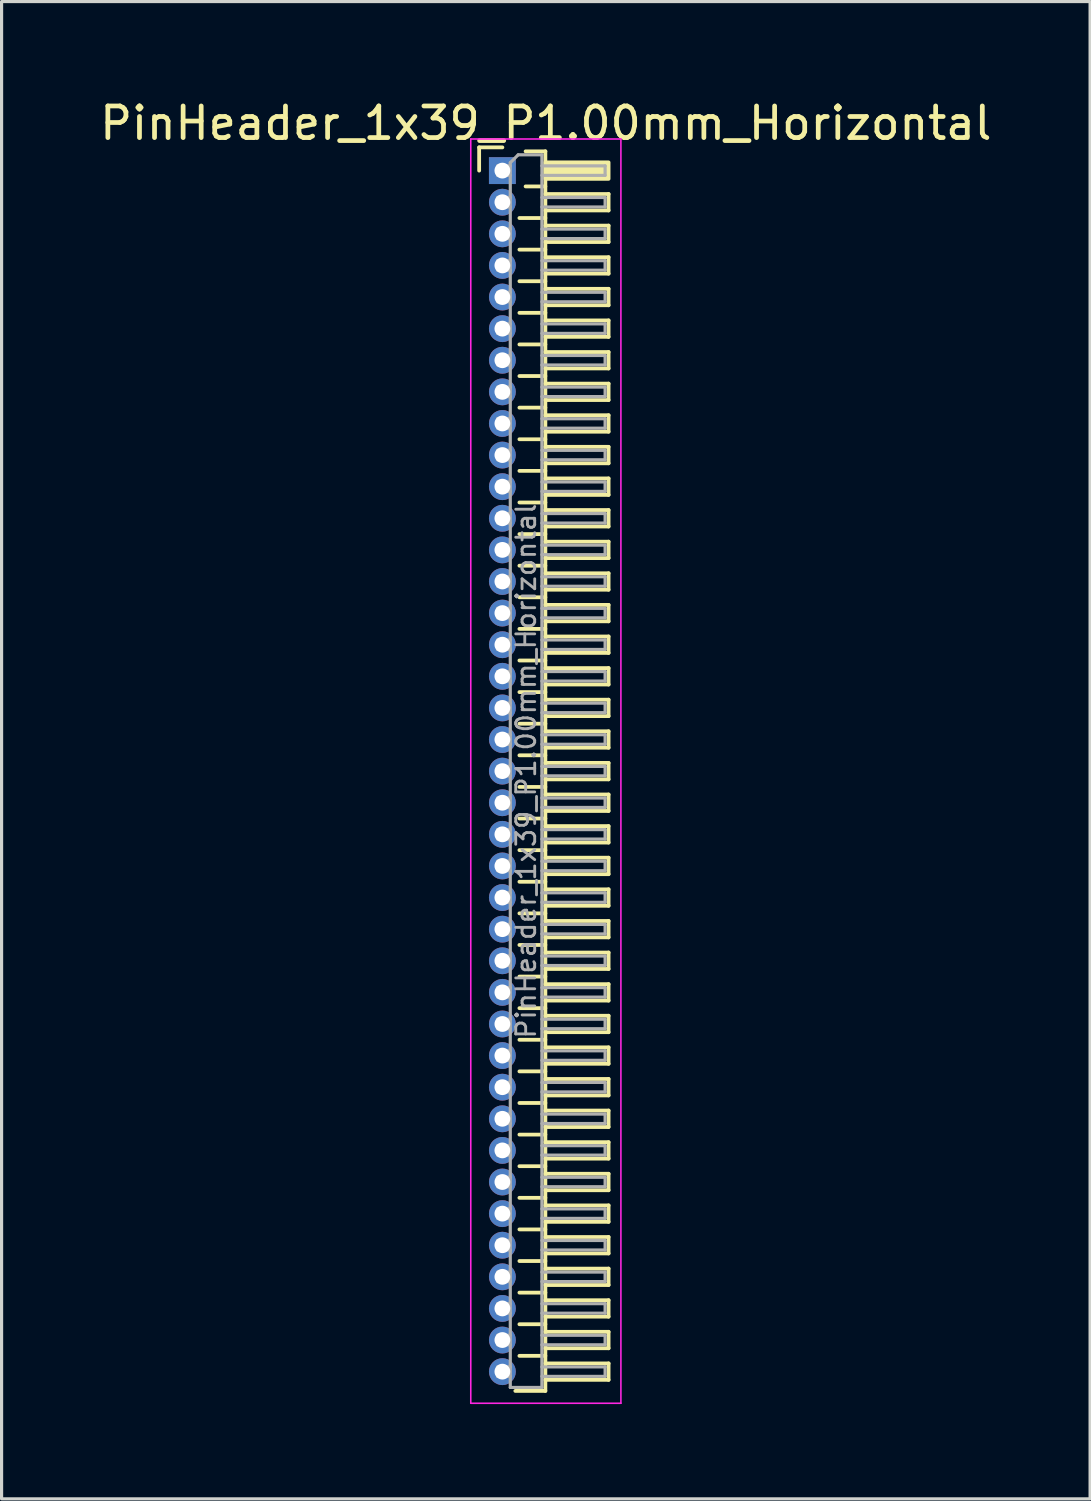
<source format=kicad_pcb>
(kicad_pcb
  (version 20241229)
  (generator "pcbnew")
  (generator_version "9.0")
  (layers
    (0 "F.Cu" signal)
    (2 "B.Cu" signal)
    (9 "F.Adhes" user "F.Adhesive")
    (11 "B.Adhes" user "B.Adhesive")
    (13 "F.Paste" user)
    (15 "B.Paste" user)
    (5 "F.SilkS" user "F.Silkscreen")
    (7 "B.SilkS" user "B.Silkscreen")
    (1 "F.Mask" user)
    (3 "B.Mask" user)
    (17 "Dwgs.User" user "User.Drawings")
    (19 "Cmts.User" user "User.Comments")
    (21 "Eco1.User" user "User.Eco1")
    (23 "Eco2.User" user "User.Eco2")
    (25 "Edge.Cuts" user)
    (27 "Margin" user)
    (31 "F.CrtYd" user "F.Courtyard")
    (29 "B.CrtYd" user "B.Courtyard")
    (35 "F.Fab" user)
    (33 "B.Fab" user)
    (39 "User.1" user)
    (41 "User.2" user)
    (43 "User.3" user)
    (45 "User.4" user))
  (footprint "PinHeader_1x39_P1.00mm_Horizontal"
    (layer "F.Cu")
    (at 12.845 2.348)
    (property "Reference" "PinHeader_1x39_P1.00mm_Horizontal" (at 1.375 -1.5 0) (layer "F.SilkS") (effects (font (size 1 1) (thickness 0.15))))
    (attr through_hole)
    (fp_line (start -0.735 -0.735) (end 0 -0.735) (stroke (width 0.12) (type solid)) (layer "F.SilkS"))
    (fp_line (start -0.735 0) (end -0.735 -0.735) (stroke (width 0.12) (type solid)) (layer "F.SilkS"))
    (fp_line (start 0.539 1.5) (end 1.36 1.5) (stroke (width 0.12) (type solid)) (layer "F.SilkS"))
    (fp_line (start 0.539 2.5) (end 1.36 2.5) (stroke (width 0.12) (type solid)) (layer "F.SilkS"))
    (fp_line (start 0.539 3.5) (end 1.36 3.5) (stroke (width 0.12) (type solid)) (layer "F.SilkS"))
    (fp_line (start 0.539 4.5) (end 1.36 4.5) (stroke (width 0.12) (type solid)) (layer "F.SilkS"))
    (fp_line (start 0.539 5.5) (end 1.36 5.5) (stroke (width 0.12) (type solid)) (layer "F.SilkS"))
    (fp_line (start 0.539 6.5) (end 1.36 6.5) (stroke (width 0.12) (type solid)) (layer "F.SilkS"))
    (fp_line (start 0.539 7.5) (end 1.36 7.5) (stroke (width 0.12) (type solid)) (layer "F.SilkS"))
    (fp_line (start 0.539 8.5) (end 1.36 8.5) (stroke (width 0.12) (type solid)) (layer "F.SilkS"))
    (fp_line (start 0.539 9.5) (end 1.36 9.5) (stroke (width 0.12) (type solid)) (layer "F.SilkS"))
    (fp_line (start 0.539 10.5) (end 1.36 10.5) (stroke (width 0.12) (type solid)) (layer "F.SilkS"))
    (fp_line (start 0.539 11.5) (end 1.36 11.5) (stroke (width 0.12) (type solid)) (layer "F.SilkS"))
    (fp_line (start 0.539 12.5) (end 1.36 12.5) (stroke (width 0.12) (type solid)) (layer "F.SilkS"))
    (fp_line (start 0.539 13.5) (end 1.36 13.5) (stroke (width 0.12) (type solid)) (layer "F.SilkS"))
    (fp_line (start 0.539 14.5) (end 1.36 14.5) (stroke (width 0.12) (type solid)) (layer "F.SilkS"))
    (fp_line (start 0.539 15.5) (end 1.36 15.5) (stroke (width 0.12) (type solid)) (layer "F.SilkS"))
    (fp_line (start 0.539 16.5) (end 1.36 16.5) (stroke (width 0.12) (type solid)) (layer "F.SilkS"))
    (fp_line (start 0.539 17.5) (end 1.36 17.5) (stroke (width 0.12) (type solid)) (layer "F.SilkS"))
    (fp_line (start 0.539 18.5) (end 1.36 18.5) (stroke (width 0.12) (type solid)) (layer "F.SilkS"))
    (fp_line (start 0.539 19.5) (end 1.36 19.5) (stroke (width 0.12) (type solid)) (layer "F.SilkS"))
    (fp_line (start 0.539 20.5) (end 1.36 20.5) (stroke (width 0.12) (type solid)) (layer "F.SilkS"))
    (fp_line (start 0.539 21.5) (end 1.36 21.5) (stroke (width 0.12) (type solid)) (layer "F.SilkS"))
    (fp_line (start 0.539 22.5) (end 1.36 22.5) (stroke (width 0.12) (type solid)) (layer "F.SilkS"))
    (fp_line (start 0.539 23.5) (end 1.36 23.5) (stroke (width 0.12) (type solid)) (layer "F.SilkS"))
    (fp_line (start 0.539 24.5) (end 1.36 24.5) (stroke (width 0.12) (type solid)) (layer "F.SilkS"))
    (fp_line (start 0.539 25.5) (end 1.36 25.5) (stroke (width 0.12) (type solid)) (layer "F.SilkS"))
    (fp_line (start 0.539 26.5) (end 1.36 26.5) (stroke (width 0.12) (type solid)) (layer "F.SilkS"))
    (fp_line (start 0.539 27.5) (end 1.36 27.5) (stroke (width 0.12) (type solid)) (layer "F.SilkS"))
    (fp_line (start 0.539 28.5) (end 1.36 28.5) (stroke (width 0.12) (type solid)) (layer "F.SilkS"))
    (fp_line (start 0.539 29.5) (end 1.36 29.5) (stroke (width 0.12) (type solid)) (layer "F.SilkS"))
    (fp_line (start 0.539 30.5) (end 1.36 30.5) (stroke (width 0.12) (type solid)) (layer "F.SilkS"))
    (fp_line (start 0.539 31.5) (end 1.36 31.5) (stroke (width 0.12) (type solid)) (layer "F.SilkS"))
    (fp_line (start 0.539 32.5) (end 1.36 32.5) (stroke (width 0.12) (type solid)) (layer "F.SilkS"))
    (fp_line (start 0.539 33.5) (end 1.36 33.5) (stroke (width 0.12) (type solid)) (layer "F.SilkS"))
    (fp_line (start 0.539 34.5) (end 1.36 34.5) (stroke (width 0.12) (type solid)) (layer "F.SilkS"))
    (fp_line (start 0.539 35.5) (end 1.36 35.5) (stroke (width 0.12) (type solid)) (layer "F.SilkS"))
    (fp_line (start 0.539 36.5) (end 1.36 36.5) (stroke (width 0.12) (type solid)) (layer "F.SilkS"))
    (fp_line (start 0.539 37.5) (end 1.36 37.5) (stroke (width 0.12) (type solid)) (layer "F.SilkS"))
    (fp_line (start 0.735 -0.61) (end 1.36 -0.61) (stroke (width 0.12) (type solid)) (layer "F.SilkS"))
    (fp_line (start 0.735 0.5) (end 1.36 0.5) (stroke (width 0.12) (type solid)) (layer "F.SilkS"))
    (fp_line (start 1.36 -0.61) (end 1.36 38.61) (stroke (width 0.12) (type solid)) (layer "F.SilkS"))
    (fp_line (start 1.36 0.74) (end 3.36 0.74) (stroke (width 0.12) (type solid)) (layer "F.SilkS"))
    (fp_line (start 1.36 1.74) (end 3.36 1.74) (stroke (width 0.12) (type solid)) (layer "F.SilkS"))
    (fp_line (start 1.36 2.74) (end 3.36 2.74) (stroke (width 0.12) (type solid)) (layer "F.SilkS"))
    (fp_line (start 1.36 3.74) (end 3.36 3.74) (stroke (width 0.12) (type solid)) (layer "F.SilkS"))
    (fp_line (start 1.36 4.74) (end 3.36 4.74) (stroke (width 0.12) (type solid)) (layer "F.SilkS"))
    (fp_line (start 1.36 5.74) (end 3.36 5.74) (stroke (width 0.12) (type solid)) (layer "F.SilkS"))
    (fp_line (start 1.36 6.74) (end 3.36 6.74) (stroke (width 0.12) (type solid)) (layer "F.SilkS"))
    (fp_line (start 1.36 7.74) (end 3.36 7.74) (stroke (width 0.12) (type solid)) (layer "F.SilkS"))
    (fp_line (start 1.36 8.74) (end 3.36 8.74) (stroke (width 0.12) (type solid)) (layer "F.SilkS"))
    (fp_line (start 1.36 9.74) (end 3.36 9.74) (stroke (width 0.12) (type solid)) (layer "F.SilkS"))
    (fp_line (start 1.36 10.74) (end 3.36 10.74) (stroke (width 0.12) (type solid)) (layer "F.SilkS"))
    (fp_line (start 1.36 11.74) (end 3.36 11.74) (stroke (width 0.12) (type solid)) (layer "F.SilkS"))
    (fp_line (start 1.36 12.74) (end 3.36 12.74) (stroke (width 0.12) (type solid)) (layer "F.SilkS"))
    (fp_line (start 1.36 13.74) (end 3.36 13.74) (stroke (width 0.12) (type solid)) (layer "F.SilkS"))
    (fp_line (start 1.36 14.74) (end 3.36 14.74) (stroke (width 0.12) (type solid)) (layer "F.SilkS"))
    (fp_line (start 1.36 15.74) (end 3.36 15.74) (stroke (width 0.12) (type solid)) (layer "F.SilkS"))
    (fp_line (start 1.36 16.74) (end 3.36 16.74) (stroke (width 0.12) (type solid)) (layer "F.SilkS"))
    (fp_line (start 1.36 17.74) (end 3.36 17.74) (stroke (width 0.12) (type solid)) (layer "F.SilkS"))
    (fp_line (start 1.36 18.74) (end 3.36 18.74) (stroke (width 0.12) (type solid)) (layer "F.SilkS"))
    (fp_line (start 1.36 19.74) (end 3.36 19.74) (stroke (width 0.12) (type solid)) (layer "F.SilkS"))
    (fp_line (start 1.36 20.74) (end 3.36 20.74) (stroke (width 0.12) (type solid)) (layer "F.SilkS"))
    (fp_line (start 1.36 21.74) (end 3.36 21.74) (stroke (width 0.12) (type solid)) (layer "F.SilkS"))
    (fp_line (start 1.36 22.74) (end 3.36 22.74) (stroke (width 0.12) (type solid)) (layer "F.SilkS"))
    (fp_line (start 1.36 23.74) (end 3.36 23.74) (stroke (width 0.12) (type solid)) (layer "F.SilkS"))
    (fp_line (start 1.36 24.74) (end 3.36 24.74) (stroke (width 0.12) (type solid)) (layer "F.SilkS"))
    (fp_line (start 1.36 25.74) (end 3.36 25.74) (stroke (width 0.12) (type solid)) (layer "F.SilkS"))
    (fp_line (start 1.36 26.74) (end 3.36 26.74) (stroke (width 0.12) (type solid)) (layer "F.SilkS"))
    (fp_line (start 1.36 27.74) (end 3.36 27.74) (stroke (width 0.12) (type solid)) (layer "F.SilkS"))
    (fp_line (start 1.36 28.74) (end 3.36 28.74) (stroke (width 0.12) (type solid)) (layer "F.SilkS"))
    (fp_line (start 1.36 29.74) (end 3.36 29.74) (stroke (width 0.12) (type solid)) (layer "F.SilkS"))
    (fp_line (start 1.36 30.74) (end 3.36 30.74) (stroke (width 0.12) (type solid)) (layer "F.SilkS"))
    (fp_line (start 1.36 31.74) (end 3.36 31.74) (stroke (width 0.12) (type solid)) (layer "F.SilkS"))
    (fp_line (start 1.36 32.74) (end 3.36 32.74) (stroke (width 0.12) (type solid)) (layer "F.SilkS"))
    (fp_line (start 1.36 33.74) (end 3.36 33.74) (stroke (width 0.12) (type solid)) (layer "F.SilkS"))
    (fp_line (start 1.36 34.74) (end 3.36 34.74) (stroke (width 0.12) (type solid)) (layer "F.SilkS"))
    (fp_line (start 1.36 35.74) (end 3.36 35.74) (stroke (width 0.12) (type solid)) (layer "F.SilkS"))
    (fp_line (start 1.36 36.74) (end 3.36 36.74) (stroke (width 0.12) (type solid)) (layer "F.SilkS"))
    (fp_line (start 1.36 37.74) (end 3.36 37.74) (stroke (width 0.12) (type solid)) (layer "F.SilkS"))
    (fp_line (start 1.36 38.61) (end 0.41 38.61) (stroke (width 0.12) (type solid)) (layer "F.SilkS"))
    (fp_line (start 3.36 0.74) (end 3.36 1.26) (stroke (width 0.12) (type solid)) (layer "F.SilkS"))
    (fp_line (start 3.36 1.26) (end 1.36 1.26) (stroke (width 0.12) (type solid)) (layer "F.SilkS"))
    (fp_line (start 3.36 1.74) (end 3.36 2.26) (stroke (width 0.12) (type solid)) (layer "F.SilkS"))
    (fp_line (start 3.36 2.26) (end 1.36 2.26) (stroke (width 0.12) (type solid)) (layer "F.SilkS"))
    (fp_line (start 3.36 2.74) (end 3.36 3.26) (stroke (width 0.12) (type solid)) (layer "F.SilkS"))
    (fp_line (start 3.36 3.26) (end 1.36 3.26) (stroke (width 0.12) (type solid)) (layer "F.SilkS"))
    (fp_line (start 3.36 3.74) (end 3.36 4.26) (stroke (width 0.12) (type solid)) (layer "F.SilkS"))
    (fp_line (start 3.36 4.26) (end 1.36 4.26) (stroke (width 0.12) (type solid)) (layer "F.SilkS"))
    (fp_line (start 3.36 4.74) (end 3.36 5.26) (stroke (width 0.12) (type solid)) (layer "F.SilkS"))
    (fp_line (start 3.36 5.26) (end 1.36 5.26) (stroke (width 0.12) (type solid)) (layer "F.SilkS"))
    (fp_line (start 3.36 5.74) (end 3.36 6.26) (stroke (width 0.12) (type solid)) (layer "F.SilkS"))
    (fp_line (start 3.36 6.26) (end 1.36 6.26) (stroke (width 0.12) (type solid)) (layer "F.SilkS"))
    (fp_line (start 3.36 6.74) (end 3.36 7.26) (stroke (width 0.12) (type solid)) (layer "F.SilkS"))
    (fp_line (start 3.36 7.26) (end 1.36 7.26) (stroke (width 0.12) (type solid)) (layer "F.SilkS"))
    (fp_line (start 3.36 7.74) (end 3.36 8.26) (stroke (width 0.12) (type solid)) (layer "F.SilkS"))
    (fp_line (start 3.36 8.26) (end 1.36 8.26) (stroke (width 0.12) (type solid)) (layer "F.SilkS"))
    (fp_line (start 3.36 8.74) (end 3.36 9.26) (stroke (width 0.12) (type solid)) (layer "F.SilkS"))
    (fp_line (start 3.36 9.26) (end 1.36 9.26) (stroke (width 0.12) (type solid)) (layer "F.SilkS"))
    (fp_line (start 3.36 9.74) (end 3.36 10.26) (stroke (width 0.12) (type solid)) (layer "F.SilkS"))
    (fp_line (start 3.36 10.26) (end 1.36 10.26) (stroke (width 0.12) (type solid)) (layer "F.SilkS"))
    (fp_line (start 3.36 10.74) (end 3.36 11.26) (stroke (width 0.12) (type solid)) (layer "F.SilkS"))
    (fp_line (start 3.36 11.26) (end 1.36 11.26) (stroke (width 0.12) (type solid)) (layer "F.SilkS"))
    (fp_line (start 3.36 11.74) (end 3.36 12.26) (stroke (width 0.12) (type solid)) (layer "F.SilkS"))
    (fp_line (start 3.36 12.26) (end 1.36 12.26) (stroke (width 0.12) (type solid)) (layer "F.SilkS"))
    (fp_line (start 3.36 12.74) (end 3.36 13.26) (stroke (width 0.12) (type solid)) (layer "F.SilkS"))
    (fp_line (start 3.36 13.26) (end 1.36 13.26) (stroke (width 0.12) (type solid)) (layer "F.SilkS"))
    (fp_line (start 3.36 13.74) (end 3.36 14.26) (stroke (width 0.12) (type solid)) (layer "F.SilkS"))
    (fp_line (start 3.36 14.26) (end 1.36 14.26) (stroke (width 0.12) (type solid)) (layer "F.SilkS"))
    (fp_line (start 3.36 14.74) (end 3.36 15.26) (stroke (width 0.12) (type solid)) (layer "F.SilkS"))
    (fp_line (start 3.36 15.26) (end 1.36 15.26) (stroke (width 0.12) (type solid)) (layer "F.SilkS"))
    (fp_line (start 3.36 15.74) (end 3.36 16.26) (stroke (width 0.12) (type solid)) (layer "F.SilkS"))
    (fp_line (start 3.36 16.26) (end 1.36 16.26) (stroke (width 0.12) (type solid)) (layer "F.SilkS"))
    (fp_line (start 3.36 16.74) (end 3.36 17.26) (stroke (width 0.12) (type solid)) (layer "F.SilkS"))
    (fp_line (start 3.36 17.26) (end 1.36 17.26) (stroke (width 0.12) (type solid)) (layer "F.SilkS"))
    (fp_line (start 3.36 17.74) (end 3.36 18.26) (stroke (width 0.12) (type solid)) (layer "F.SilkS"))
    (fp_line (start 3.36 18.26) (end 1.36 18.26) (stroke (width 0.12) (type solid)) (layer "F.SilkS"))
    (fp_line (start 3.36 18.74) (end 3.36 19.26) (stroke (width 0.12) (type solid)) (layer "F.SilkS"))
    (fp_line (start 3.36 19.26) (end 1.36 19.26) (stroke (width 0.12) (type solid)) (layer "F.SilkS"))
    (fp_line (start 3.36 19.74) (end 3.36 20.26) (stroke (width 0.12) (type solid)) (layer "F.SilkS"))
    (fp_line (start 3.36 20.26) (end 1.36 20.26) (stroke (width 0.12) (type solid)) (layer "F.SilkS"))
    (fp_line (start 3.36 20.74) (end 3.36 21.26) (stroke (width 0.12) (type solid)) (layer "F.SilkS"))
    (fp_line (start 3.36 21.26) (end 1.36 21.26) (stroke (width 0.12) (type solid)) (layer "F.SilkS"))
    (fp_line (start 3.36 21.74) (end 3.36 22.26) (stroke (width 0.12) (type solid)) (layer "F.SilkS"))
    (fp_line (start 3.36 22.26) (end 1.36 22.26) (stroke (width 0.12) (type solid)) (layer "F.SilkS"))
    (fp_line (start 3.36 22.74) (end 3.36 23.26) (stroke (width 0.12) (type solid)) (layer "F.SilkS"))
    (fp_line (start 3.36 23.26) (end 1.36 23.26) (stroke (width 0.12) (type solid)) (layer "F.SilkS"))
    (fp_line (start 3.36 23.74) (end 3.36 24.26) (stroke (width 0.12) (type solid)) (layer "F.SilkS"))
    (fp_line (start 3.36 24.26) (end 1.36 24.26) (stroke (width 0.12) (type solid)) (layer "F.SilkS"))
    (fp_line (start 3.36 24.74) (end 3.36 25.26) (stroke (width 0.12) (type solid)) (layer "F.SilkS"))
    (fp_line (start 3.36 25.26) (end 1.36 25.26) (stroke (width 0.12) (type solid)) (layer "F.SilkS"))
    (fp_line (start 3.36 25.74) (end 3.36 26.26) (stroke (width 0.12) (type solid)) (layer "F.SilkS"))
    (fp_line (start 3.36 26.26) (end 1.36 26.26) (stroke (width 0.12) (type solid)) (layer "F.SilkS"))
    (fp_line (start 3.36 26.74) (end 3.36 27.26) (stroke (width 0.12) (type solid)) (layer "F.SilkS"))
    (fp_line (start 3.36 27.26) (end 1.36 27.26) (stroke (width 0.12) (type solid)) (layer "F.SilkS"))
    (fp_line (start 3.36 27.74) (end 3.36 28.26) (stroke (width 0.12) (type solid)) (layer "F.SilkS"))
    (fp_line (start 3.36 28.26) (end 1.36 28.26) (stroke (width 0.12) (type solid)) (layer "F.SilkS"))
    (fp_line (start 3.36 28.74) (end 3.36 29.26) (stroke (width 0.12) (type solid)) (layer "F.SilkS"))
    (fp_line (start 3.36 29.26) (end 1.36 29.26) (stroke (width 0.12) (type solid)) (layer "F.SilkS"))
    (fp_line (start 3.36 29.74) (end 3.36 30.26) (stroke (width 0.12) (type solid)) (layer "F.SilkS"))
    (fp_line (start 3.36 30.26) (end 1.36 30.26) (stroke (width 0.12) (type solid)) (layer "F.SilkS"))
    (fp_line (start 3.36 30.74) (end 3.36 31.26) (stroke (width 0.12) (type solid)) (layer "F.SilkS"))
    (fp_line (start 3.36 31.26) (end 1.36 31.26) (stroke (width 0.12) (type solid)) (layer "F.SilkS"))
    (fp_line (start 3.36 31.74) (end 3.36 32.26) (stroke (width 0.12) (type solid)) (layer "F.SilkS"))
    (fp_line (start 3.36 32.26) (end 1.36 32.26) (stroke (width 0.12) (type solid)) (layer "F.SilkS"))
    (fp_line (start 3.36 32.74) (end 3.36 33.26) (stroke (width 0.12) (type solid)) (layer "F.SilkS"))
    (fp_line (start 3.36 33.26) (end 1.36 33.26) (stroke (width 0.12) (type solid)) (layer "F.SilkS"))
    (fp_line (start 3.36 33.74) (end 3.36 34.26) (stroke (width 0.12) (type solid)) (layer "F.SilkS"))
    (fp_line (start 3.36 34.26) (end 1.36 34.26) (stroke (width 0.12) (type solid)) (layer "F.SilkS"))
    (fp_line (start 3.36 34.74) (end 3.36 35.26) (stroke (width 0.12) (type solid)) (layer "F.SilkS"))
    (fp_line (start 3.36 35.26) (end 1.36 35.26) (stroke (width 0.12) (type solid)) (layer "F.SilkS"))
    (fp_line (start 3.36 35.74) (end 3.36 36.26) (stroke (width 0.12) (type solid)) (layer "F.SilkS"))
    (fp_line (start 3.36 36.26) (end 1.36 36.26) (stroke (width 0.12) (type solid)) (layer "F.SilkS"))
    (fp_line (start 3.36 36.74) (end 3.36 37.26) (stroke (width 0.12) (type solid)) (layer "F.SilkS"))
    (fp_line (start 3.36 37.26) (end 1.36 37.26) (stroke (width 0.12) (type solid)) (layer "F.SilkS"))
    (fp_line (start 3.36 37.74) (end 3.36 38.26) (stroke (width 0.12) (type solid)) (layer "F.SilkS"))
    (fp_line (start 3.36 38.26) (end 1.36 38.26) (stroke (width 0.12) (type solid)) (layer "F.SilkS"))
    (fp_rect (start 1.36 -0.26) (end 3.36 0.26) (stroke (width 0.12) (type solid)) (fill yes) (layer "F.SilkS"))
    (fp_line (start -1 -1) (end -1 39) (stroke (width 0.05) (type solid)) (layer "F.CrtYd"))
    (fp_line (start -1 39) (end 3.75 39) (stroke (width 0.05) (type solid)) (layer "F.CrtYd"))
    (fp_line (start 3.75 -1) (end -1 -1) (stroke (width 0.05) (type solid)) (layer "F.CrtYd"))
    (fp_line (start 3.75 39) (end 3.75 -1) (stroke (width 0.05) (type solid)) (layer "F.CrtYd"))
    (fp_line (start -0.15 -0.15) (end -0.15 0.15) (stroke (width 0.1) (type solid)) (layer "F.Fab"))
    (fp_line (start -0.15 -0.15) (end 0.25 -0.15) (stroke (width 0.1) (type solid)) (layer "F.Fab"))
    (fp_line (start -0.15 0.15) (end 0.25 0.15) (stroke (width 0.1) (type solid)) (layer "F.Fab"))
    (fp_line (start -0.15 0.85) (end -0.15 1.15) (stroke (width 0.1) (type solid)) (layer "F.Fab"))
    (fp_line (start -0.15 0.85) (end 0.25 0.85) (stroke (width 0.1) (type solid)) (layer "F.Fab"))
    (fp_line (start -0.15 1.15) (end 0.25 1.15) (stroke (width 0.1) (type solid)) (layer "F.Fab"))
    (fp_line (start -0.15 1.85) (end -0.15 2.15) (stroke (width 0.1) (type solid)) (layer "F.Fab"))
    (fp_line (start -0.15 1.85) (end 0.25 1.85) (stroke (width 0.1) (type solid)) (layer "F.Fab"))
    (fp_line (start -0.15 2.15) (end 0.25 2.15) (stroke (width 0.1) (type solid)) (layer "F.Fab"))
    (fp_line (start -0.15 2.85) (end -0.15 3.15) (stroke (width 0.1) (type solid)) (layer "F.Fab"))
    (fp_line (start -0.15 2.85) (end 0.25 2.85) (stroke (width 0.1) (type solid)) (layer "F.Fab"))
    (fp_line (start -0.15 3.15) (end 0.25 3.15) (stroke (width 0.1) (type solid)) (layer "F.Fab"))
    (fp_line (start -0.15 3.85) (end -0.15 4.15) (stroke (width 0.1) (type solid)) (layer "F.Fab"))
    (fp_line (start -0.15 3.85) (end 0.25 3.85) (stroke (width 0.1) (type solid)) (layer "F.Fab"))
    (fp_line (start -0.15 4.15) (end 0.25 4.15) (stroke (width 0.1) (type solid)) (layer "F.Fab"))
    (fp_line (start -0.15 4.85) (end -0.15 5.15) (stroke (width 0.1) (type solid)) (layer "F.Fab"))
    (fp_line (start -0.15 4.85) (end 0.25 4.85) (stroke (width 0.1) (type solid)) (layer "F.Fab"))
    (fp_line (start -0.15 5.15) (end 0.25 5.15) (stroke (width 0.1) (type solid)) (layer "F.Fab"))
    (fp_line (start -0.15 5.85) (end -0.15 6.15) (stroke (width 0.1) (type solid)) (layer "F.Fab"))
    (fp_line (start -0.15 5.85) (end 0.25 5.85) (stroke (width 0.1) (type solid)) (layer "F.Fab"))
    (fp_line (start -0.15 6.15) (end 0.25 6.15) (stroke (width 0.1) (type solid)) (layer "F.Fab"))
    (fp_line (start -0.15 6.85) (end -0.15 7.15) (stroke (width 0.1) (type solid)) (layer "F.Fab"))
    (fp_line (start -0.15 6.85) (end 0.25 6.85) (stroke (width 0.1) (type solid)) (layer "F.Fab"))
    (fp_line (start -0.15 7.15) (end 0.25 7.15) (stroke (width 0.1) (type solid)) (layer "F.Fab"))
    (fp_line (start -0.15 7.85) (end -0.15 8.15) (stroke (width 0.1) (type solid)) (layer "F.Fab"))
    (fp_line (start -0.15 7.85) (end 0.25 7.85) (stroke (width 0.1) (type solid)) (layer "F.Fab"))
    (fp_line (start -0.15 8.15) (end 0.25 8.15) (stroke (width 0.1) (type solid)) (layer "F.Fab"))
    (fp_line (start -0.15 8.85) (end -0.15 9.15) (stroke (width 0.1) (type solid)) (layer "F.Fab"))
    (fp_line (start -0.15 8.85) (end 0.25 8.85) (stroke (width 0.1) (type solid)) (layer "F.Fab"))
    (fp_line (start -0.15 9.15) (end 0.25 9.15) (stroke (width 0.1) (type solid)) (layer "F.Fab"))
    (fp_line (start -0.15 9.85) (end -0.15 10.15) (stroke (width 0.1) (type solid)) (layer "F.Fab"))
    (fp_line (start -0.15 9.85) (end 0.25 9.85) (stroke (width 0.1) (type solid)) (layer "F.Fab"))
    (fp_line (start -0.15 10.15) (end 0.25 10.15) (stroke (width 0.1) (type solid)) (layer "F.Fab"))
    (fp_line (start -0.15 10.85) (end -0.15 11.15) (stroke (width 0.1) (type solid)) (layer "F.Fab"))
    (fp_line (start -0.15 10.85) (end 0.25 10.85) (stroke (width 0.1) (type solid)) (layer "F.Fab"))
    (fp_line (start -0.15 11.15) (end 0.25 11.15) (stroke (width 0.1) (type solid)) (layer "F.Fab"))
    (fp_line (start -0.15 11.85) (end -0.15 12.15) (stroke (width 0.1) (type solid)) (layer "F.Fab"))
    (fp_line (start -0.15 11.85) (end 0.25 11.85) (stroke (width 0.1) (type solid)) (layer "F.Fab"))
    (fp_line (start -0.15 12.15) (end 0.25 12.15) (stroke (width 0.1) (type solid)) (layer "F.Fab"))
    (fp_line (start -0.15 12.85) (end -0.15 13.15) (stroke (width 0.1) (type solid)) (layer "F.Fab"))
    (fp_line (start -0.15 12.85) (end 0.25 12.85) (stroke (width 0.1) (type solid)) (layer "F.Fab"))
    (fp_line (start -0.15 13.15) (end 0.25 13.15) (stroke (width 0.1) (type solid)) (layer "F.Fab"))
    (fp_line (start -0.15 13.85) (end -0.15 14.15) (stroke (width 0.1) (type solid)) (layer "F.Fab"))
    (fp_line (start -0.15 13.85) (end 0.25 13.85) (stroke (width 0.1) (type solid)) (layer "F.Fab"))
    (fp_line (start -0.15 14.15) (end 0.25 14.15) (stroke (width 0.1) (type solid)) (layer "F.Fab"))
    (fp_line (start -0.15 14.85) (end -0.15 15.15) (stroke (width 0.1) (type solid)) (layer "F.Fab"))
    (fp_line (start -0.15 14.85) (end 0.25 14.85) (stroke (width 0.1) (type solid)) (layer "F.Fab"))
    (fp_line (start -0.15 15.15) (end 0.25 15.15) (stroke (width 0.1) (type solid)) (layer "F.Fab"))
    (fp_line (start -0.15 15.85) (end -0.15 16.15) (stroke (width 0.1) (type solid)) (layer "F.Fab"))
    (fp_line (start -0.15 15.85) (end 0.25 15.85) (stroke (width 0.1) (type solid)) (layer "F.Fab"))
    (fp_line (start -0.15 16.15) (end 0.25 16.15) (stroke (width 0.1) (type solid)) (layer "F.Fab"))
    (fp_line (start -0.15 16.85) (end -0.15 17.15) (stroke (width 0.1) (type solid)) (layer "F.Fab"))
    (fp_line (start -0.15 16.85) (end 0.25 16.85) (stroke (width 0.1) (type solid)) (layer "F.Fab"))
    (fp_line (start -0.15 17.15) (end 0.25 17.15) (stroke (width 0.1) (type solid)) (layer "F.Fab"))
    (fp_line (start -0.15 17.85) (end -0.15 18.15) (stroke (width 0.1) (type solid)) (layer "F.Fab"))
    (fp_line (start -0.15 17.85) (end 0.25 17.85) (stroke (width 0.1) (type solid)) (layer "F.Fab"))
    (fp_line (start -0.15 18.15) (end 0.25 18.15) (stroke (width 0.1) (type solid)) (layer "F.Fab"))
    (fp_line (start -0.15 18.85) (end -0.15 19.15) (stroke (width 0.1) (type solid)) (layer "F.Fab"))
    (fp_line (start -0.15 18.85) (end 0.25 18.85) (stroke (width 0.1) (type solid)) (layer "F.Fab"))
    (fp_line (start -0.15 19.15) (end 0.25 19.15) (stroke (width 0.1) (type solid)) (layer "F.Fab"))
    (fp_line (start -0.15 19.85) (end -0.15 20.15) (stroke (width 0.1) (type solid)) (layer "F.Fab"))
    (fp_line (start -0.15 19.85) (end 0.25 19.85) (stroke (width 0.1) (type solid)) (layer "F.Fab"))
    (fp_line (start -0.15 20.15) (end 0.25 20.15) (stroke (width 0.1) (type solid)) (layer "F.Fab"))
    (fp_line (start -0.15 20.85) (end -0.15 21.15) (stroke (width 0.1) (type solid)) (layer "F.Fab"))
    (fp_line (start -0.15 20.85) (end 0.25 20.85) (stroke (width 0.1) (type solid)) (layer "F.Fab"))
    (fp_line (start -0.15 21.15) (end 0.25 21.15) (stroke (width 0.1) (type solid)) (layer "F.Fab"))
    (fp_line (start -0.15 21.85) (end -0.15 22.15) (stroke (width 0.1) (type solid)) (layer "F.Fab"))
    (fp_line (start -0.15 21.85) (end 0.25 21.85) (stroke (width 0.1) (type solid)) (layer "F.Fab"))
    (fp_line (start -0.15 22.15) (end 0.25 22.15) (stroke (width 0.1) (type solid)) (layer "F.Fab"))
    (fp_line (start -0.15 22.85) (end -0.15 23.15) (stroke (width 0.1) (type solid)) (layer "F.Fab"))
    (fp_line (start -0.15 22.85) (end 0.25 22.85) (stroke (width 0.1) (type solid)) (layer "F.Fab"))
    (fp_line (start -0.15 23.15) (end 0.25 23.15) (stroke (width 0.1) (type solid)) (layer "F.Fab"))
    (fp_line (start -0.15 23.85) (end -0.15 24.15) (stroke (width 0.1) (type solid)) (layer "F.Fab"))
    (fp_line (start -0.15 23.85) (end 0.25 23.85) (stroke (width 0.1) (type solid)) (layer "F.Fab"))
    (fp_line (start -0.15 24.15) (end 0.25 24.15) (stroke (width 0.1) (type solid)) (layer "F.Fab"))
    (fp_line (start -0.15 24.85) (end -0.15 25.15) (stroke (width 0.1) (type solid)) (layer "F.Fab"))
    (fp_line (start -0.15 24.85) (end 0.25 24.85) (stroke (width 0.1) (type solid)) (layer "F.Fab"))
    (fp_line (start -0.15 25.15) (end 0.25 25.15) (stroke (width 0.1) (type solid)) (layer "F.Fab"))
    (fp_line (start -0.15 25.85) (end -0.15 26.15) (stroke (width 0.1) (type solid)) (layer "F.Fab"))
    (fp_line (start -0.15 25.85) (end 0.25 25.85) (stroke (width 0.1) (type solid)) (layer "F.Fab"))
    (fp_line (start -0.15 26.15) (end 0.25 26.15) (stroke (width 0.1) (type solid)) (layer "F.Fab"))
    (fp_line (start -0.15 26.85) (end -0.15 27.15) (stroke (width 0.1) (type solid)) (layer "F.Fab"))
    (fp_line (start -0.15 26.85) (end 0.25 26.85) (stroke (width 0.1) (type solid)) (layer "F.Fab"))
    (fp_line (start -0.15 27.15) (end 0.25 27.15) (stroke (width 0.1) (type solid)) (layer "F.Fab"))
    (fp_line (start -0.15 27.85) (end -0.15 28.15) (stroke (width 0.1) (type solid)) (layer "F.Fab"))
    (fp_line (start -0.15 27.85) (end 0.25 27.85) (stroke (width 0.1) (type solid)) (layer "F.Fab"))
    (fp_line (start -0.15 28.15) (end 0.25 28.15) (stroke (width 0.1) (type solid)) (layer "F.Fab"))
    (fp_line (start -0.15 28.85) (end -0.15 29.15) (stroke (width 0.1) (type solid)) (layer "F.Fab"))
    (fp_line (start -0.15 28.85) (end 0.25 28.85) (stroke (width 0.1) (type solid)) (layer "F.Fab"))
    (fp_line (start -0.15 29.15) (end 0.25 29.15) (stroke (width 0.1) (type solid)) (layer "F.Fab"))
    (fp_line (start -0.15 29.85) (end -0.15 30.15) (stroke (width 0.1) (type solid)) (layer "F.Fab"))
    (fp_line (start -0.15 29.85) (end 0.25 29.85) (stroke (width 0.1) (type solid)) (layer "F.Fab"))
    (fp_line (start -0.15 30.15) (end 0.25 30.15) (stroke (width 0.1) (type solid)) (layer "F.Fab"))
    (fp_line (start -0.15 30.85) (end -0.15 31.15) (stroke (width 0.1) (type solid)) (layer "F.Fab"))
    (fp_line (start -0.15 30.85) (end 0.25 30.85) (stroke (width 0.1) (type solid)) (layer "F.Fab"))
    (fp_line (start -0.15 31.15) (end 0.25 31.15) (stroke (width 0.1) (type solid)) (layer "F.Fab"))
    (fp_line (start -0.15 31.85) (end -0.15 32.15) (stroke (width 0.1) (type solid)) (layer "F.Fab"))
    (fp_line (start -0.15 31.85) (end 0.25 31.85) (stroke (width 0.1) (type solid)) (layer "F.Fab"))
    (fp_line (start -0.15 32.15) (end 0.25 32.15) (stroke (width 0.1) (type solid)) (layer "F.Fab"))
    (fp_line (start -0.15 32.85) (end -0.15 33.15) (stroke (width 0.1) (type solid)) (layer "F.Fab"))
    (fp_line (start -0.15 32.85) (end 0.25 32.85) (stroke (width 0.1) (type solid)) (layer "F.Fab"))
    (fp_line (start -0.15 33.15) (end 0.25 33.15) (stroke (width 0.1) (type solid)) (layer "F.Fab"))
    (fp_line (start -0.15 33.85) (end -0.15 34.15) (stroke (width 0.1) (type solid)) (layer "F.Fab"))
    (fp_line (start -0.15 33.85) (end 0.25 33.85) (stroke (width 0.1) (type solid)) (layer "F.Fab"))
    (fp_line (start -0.15 34.15) (end 0.25 34.15) (stroke (width 0.1) (type solid)) (layer "F.Fab"))
    (fp_line (start -0.15 34.85) (end -0.15 35.15) (stroke (width 0.1) (type solid)) (layer "F.Fab"))
    (fp_line (start -0.15 34.85) (end 0.25 34.85) (stroke (width 0.1) (type solid)) (layer "F.Fab"))
    (fp_line (start -0.15 35.15) (end 0.25 35.15) (stroke (width 0.1) (type solid)) (layer "F.Fab"))
    (fp_line (start -0.15 35.85) (end -0.15 36.15) (stroke (width 0.1) (type solid)) (layer "F.Fab"))
    (fp_line (start -0.15 35.85) (end 0.25 35.85) (stroke (width 0.1) (type solid)) (layer "F.Fab"))
    (fp_line (start -0.15 36.15) (end 0.25 36.15) (stroke (width 0.1) (type solid)) (layer "F.Fab"))
    (fp_line (start -0.15 36.85) (end -0.15 37.15) (stroke (width 0.1) (type solid)) (layer "F.Fab"))
    (fp_line (start -0.15 36.85) (end 0.25 36.85) (stroke (width 0.1) (type solid)) (layer "F.Fab"))
    (fp_line (start -0.15 37.15) (end 0.25 37.15) (stroke (width 0.1) (type solid)) (layer "F.Fab"))
    (fp_line (start -0.15 37.85) (end -0.15 38.15) (stroke (width 0.1) (type solid)) (layer "F.Fab"))
    (fp_line (start -0.15 37.85) (end 0.25 37.85) (stroke (width 0.1) (type solid)) (layer "F.Fab"))
    (fp_line (start -0.15 38.15) (end 0.25 38.15) (stroke (width 0.1) (type solid)) (layer "F.Fab"))
    (fp_line (start 0.25 -0.25) (end 0.5 -0.5) (stroke (width 0.1) (type solid)) (layer "F.Fab"))
    (fp_line (start 0.25 38.5) (end 0.25 -0.25) (stroke (width 0.1) (type solid)) (layer "F.Fab"))
    (fp_line (start 0.5 -0.5) (end 1.25 -0.5) (stroke (width 0.1) (type solid)) (layer "F.Fab"))
    (fp_line (start 1.25 -0.5) (end 1.25 38.5) (stroke (width 0.1) (type solid)) (layer "F.Fab"))
    (fp_line (start 1.25 -0.15) (end 3.25 -0.15) (stroke (width 0.1) (type solid)) (layer "F.Fab"))
    (fp_line (start 1.25 0.15) (end 3.25 0.15) (stroke (width 0.1) (type solid)) (layer "F.Fab"))
    (fp_line (start 1.25 0.85) (end 3.25 0.85) (stroke (width 0.1) (type solid)) (layer "F.Fab"))
    (fp_line (start 1.25 1.15) (end 3.25 1.15) (stroke (width 0.1) (type solid)) (layer "F.Fab"))
    (fp_line (start 1.25 1.85) (end 3.25 1.85) (stroke (width 0.1) (type solid)) (layer "F.Fab"))
    (fp_line (start 1.25 2.15) (end 3.25 2.15) (stroke (width 0.1) (type solid)) (layer "F.Fab"))
    (fp_line (start 1.25 2.85) (end 3.25 2.85) (stroke (width 0.1) (type solid)) (layer "F.Fab"))
    (fp_line (start 1.25 3.15) (end 3.25 3.15) (stroke (width 0.1) (type solid)) (layer "F.Fab"))
    (fp_line (start 1.25 3.85) (end 3.25 3.85) (stroke (width 0.1) (type solid)) (layer "F.Fab"))
    (fp_line (start 1.25 4.15) (end 3.25 4.15) (stroke (width 0.1) (type solid)) (layer "F.Fab"))
    (fp_line (start 1.25 4.85) (end 3.25 4.85) (stroke (width 0.1) (type solid)) (layer "F.Fab"))
    (fp_line (start 1.25 5.15) (end 3.25 5.15) (stroke (width 0.1) (type solid)) (layer "F.Fab"))
    (fp_line (start 1.25 5.85) (end 3.25 5.85) (stroke (width 0.1) (type solid)) (layer "F.Fab"))
    (fp_line (start 1.25 6.15) (end 3.25 6.15) (stroke (width 0.1) (type solid)) (layer "F.Fab"))
    (fp_line (start 1.25 6.85) (end 3.25 6.85) (stroke (width 0.1) (type solid)) (layer "F.Fab"))
    (fp_line (start 1.25 7.15) (end 3.25 7.15) (stroke (width 0.1) (type solid)) (layer "F.Fab"))
    (fp_line (start 1.25 7.85) (end 3.25 7.85) (stroke (width 0.1) (type solid)) (layer "F.Fab"))
    (fp_line (start 1.25 8.15) (end 3.25 8.15) (stroke (width 0.1) (type solid)) (layer "F.Fab"))
    (fp_line (start 1.25 8.85) (end 3.25 8.85) (stroke (width 0.1) (type solid)) (layer "F.Fab"))
    (fp_line (start 1.25 9.15) (end 3.25 9.15) (stroke (width 0.1) (type solid)) (layer "F.Fab"))
    (fp_line (start 1.25 9.85) (end 3.25 9.85) (stroke (width 0.1) (type solid)) (layer "F.Fab"))
    (fp_line (start 1.25 10.15) (end 3.25 10.15) (stroke (width 0.1) (type solid)) (layer "F.Fab"))
    (fp_line (start 1.25 10.85) (end 3.25 10.85) (stroke (width 0.1) (type solid)) (layer "F.Fab"))
    (fp_line (start 1.25 11.15) (end 3.25 11.15) (stroke (width 0.1) (type solid)) (layer "F.Fab"))
    (fp_line (start 1.25 11.85) (end 3.25 11.85) (stroke (width 0.1) (type solid)) (layer "F.Fab"))
    (fp_line (start 1.25 12.15) (end 3.25 12.15) (stroke (width 0.1) (type solid)) (layer "F.Fab"))
    (fp_line (start 1.25 12.85) (end 3.25 12.85) (stroke (width 0.1) (type solid)) (layer "F.Fab"))
    (fp_line (start 1.25 13.15) (end 3.25 13.15) (stroke (width 0.1) (type solid)) (layer "F.Fab"))
    (fp_line (start 1.25 13.85) (end 3.25 13.85) (stroke (width 0.1) (type solid)) (layer "F.Fab"))
    (fp_line (start 1.25 14.15) (end 3.25 14.15) (stroke (width 0.1) (type solid)) (layer "F.Fab"))
    (fp_line (start 1.25 14.85) (end 3.25 14.85) (stroke (width 0.1) (type solid)) (layer "F.Fab"))
    (fp_line (start 1.25 15.15) (end 3.25 15.15) (stroke (width 0.1) (type solid)) (layer "F.Fab"))
    (fp_line (start 1.25 15.85) (end 3.25 15.85) (stroke (width 0.1) (type solid)) (layer "F.Fab"))
    (fp_line (start 1.25 16.15) (end 3.25 16.15) (stroke (width 0.1) (type solid)) (layer "F.Fab"))
    (fp_line (start 1.25 16.85) (end 3.25 16.85) (stroke (width 0.1) (type solid)) (layer "F.Fab"))
    (fp_line (start 1.25 17.15) (end 3.25 17.15) (stroke (width 0.1) (type solid)) (layer "F.Fab"))
    (fp_line (start 1.25 17.85) (end 3.25 17.85) (stroke (width 0.1) (type solid)) (layer "F.Fab"))
    (fp_line (start 1.25 18.15) (end 3.25 18.15) (stroke (width 0.1) (type solid)) (layer "F.Fab"))
    (fp_line (start 1.25 18.85) (end 3.25 18.85) (stroke (width 0.1) (type solid)) (layer "F.Fab"))
    (fp_line (start 1.25 19.15) (end 3.25 19.15) (stroke (width 0.1) (type solid)) (layer "F.Fab"))
    (fp_line (start 1.25 19.85) (end 3.25 19.85) (stroke (width 0.1) (type solid)) (layer "F.Fab"))
    (fp_line (start 1.25 20.15) (end 3.25 20.15) (stroke (width 0.1) (type solid)) (layer "F.Fab"))
    (fp_line (start 1.25 20.85) (end 3.25 20.85) (stroke (width 0.1) (type solid)) (layer "F.Fab"))
    (fp_line (start 1.25 21.15) (end 3.25 21.15) (stroke (width 0.1) (type solid)) (layer "F.Fab"))
    (fp_line (start 1.25 21.85) (end 3.25 21.85) (stroke (width 0.1) (type solid)) (layer "F.Fab"))
    (fp_line (start 1.25 22.15) (end 3.25 22.15) (stroke (width 0.1) (type solid)) (layer "F.Fab"))
    (fp_line (start 1.25 22.85) (end 3.25 22.85) (stroke (width 0.1) (type solid)) (layer "F.Fab"))
    (fp_line (start 1.25 23.15) (end 3.25 23.15) (stroke (width 0.1) (type solid)) (layer "F.Fab"))
    (fp_line (start 1.25 23.85) (end 3.25 23.85) (stroke (width 0.1) (type solid)) (layer "F.Fab"))
    (fp_line (start 1.25 24.15) (end 3.25 24.15) (stroke (width 0.1) (type solid)) (layer "F.Fab"))
    (fp_line (start 1.25 24.85) (end 3.25 24.85) (stroke (width 0.1) (type solid)) (layer "F.Fab"))
    (fp_line (start 1.25 25.15) (end 3.25 25.15) (stroke (width 0.1) (type solid)) (layer "F.Fab"))
    (fp_line (start 1.25 25.85) (end 3.25 25.85) (stroke (width 0.1) (type solid)) (layer "F.Fab"))
    (fp_line (start 1.25 26.15) (end 3.25 26.15) (stroke (width 0.1) (type solid)) (layer "F.Fab"))
    (fp_line (start 1.25 26.85) (end 3.25 26.85) (stroke (width 0.1) (type solid)) (layer "F.Fab"))
    (fp_line (start 1.25 27.15) (end 3.25 27.15) (stroke (width 0.1) (type solid)) (layer "F.Fab"))
    (fp_line (start 1.25 27.85) (end 3.25 27.85) (stroke (width 0.1) (type solid)) (layer "F.Fab"))
    (fp_line (start 1.25 28.15) (end 3.25 28.15) (stroke (width 0.1) (type solid)) (layer "F.Fab"))
    (fp_line (start 1.25 28.85) (end 3.25 28.85) (stroke (width 0.1) (type solid)) (layer "F.Fab"))
    (fp_line (start 1.25 29.15) (end 3.25 29.15) (stroke (width 0.1) (type solid)) (layer "F.Fab"))
    (fp_line (start 1.25 29.85) (end 3.25 29.85) (stroke (width 0.1) (type solid)) (layer "F.Fab"))
    (fp_line (start 1.25 30.15) (end 3.25 30.15) (stroke (width 0.1) (type solid)) (layer "F.Fab"))
    (fp_line (start 1.25 30.85) (end 3.25 30.85) (stroke (width 0.1) (type solid)) (layer "F.Fab"))
    (fp_line (start 1.25 31.15) (end 3.25 31.15) (stroke (width 0.1) (type solid)) (layer "F.Fab"))
    (fp_line (start 1.25 31.85) (end 3.25 31.85) (stroke (width 0.1) (type solid)) (layer "F.Fab"))
    (fp_line (start 1.25 32.15) (end 3.25 32.15) (stroke (width 0.1) (type solid)) (layer "F.Fab"))
    (fp_line (start 1.25 32.85) (end 3.25 32.85) (stroke (width 0.1) (type solid)) (layer "F.Fab"))
    (fp_line (start 1.25 33.15) (end 3.25 33.15) (stroke (width 0.1) (type solid)) (layer "F.Fab"))
    (fp_line (start 1.25 33.85) (end 3.25 33.85) (stroke (width 0.1) (type solid)) (layer "F.Fab"))
    (fp_line (start 1.25 34.15) (end 3.25 34.15) (stroke (width 0.1) (type solid)) (layer "F.Fab"))
    (fp_line (start 1.25 34.85) (end 3.25 34.85) (stroke (width 0.1) (type solid)) (layer "F.Fab"))
    (fp_line (start 1.25 35.15) (end 3.25 35.15) (stroke (width 0.1) (type solid)) (layer "F.Fab"))
    (fp_line (start 1.25 35.85) (end 3.25 35.85) (stroke (width 0.1) (type solid)) (layer "F.Fab"))
    (fp_line (start 1.25 36.15) (end 3.25 36.15) (stroke (width 0.1) (type solid)) (layer "F.Fab"))
    (fp_line (start 1.25 36.85) (end 3.25 36.85) (stroke (width 0.1) (type solid)) (layer "F.Fab"))
    (fp_line (start 1.25 37.15) (end 3.25 37.15) (stroke (width 0.1) (type solid)) (layer "F.Fab"))
    (fp_line (start 1.25 37.85) (end 3.25 37.85) (stroke (width 0.1) (type solid)) (layer "F.Fab"))
    (fp_line (start 1.25 38.15) (end 3.25 38.15) (stroke (width 0.1) (type solid)) (layer "F.Fab"))
    (fp_line (start 1.25 38.5) (end 0.25 38.5) (stroke (width 0.1) (type solid)) (layer "F.Fab"))
    (fp_line (start 3.25 -0.15) (end 3.25 0.15) (stroke (width 0.1) (type solid)) (layer "F.Fab"))
    (fp_line (start 3.25 0.85) (end 3.25 1.15) (stroke (width 0.1) (type solid)) (layer "F.Fab"))
    (fp_line (start 3.25 1.85) (end 3.25 2.15) (stroke (width 0.1) (type solid)) (layer "F.Fab"))
    (fp_line (start 3.25 2.85) (end 3.25 3.15) (stroke (width 0.1) (type solid)) (layer "F.Fab"))
    (fp_line (start 3.25 3.85) (end 3.25 4.15) (stroke (width 0.1) (type solid)) (layer "F.Fab"))
    (fp_line (start 3.25 4.85) (end 3.25 5.15) (stroke (width 0.1) (type solid)) (layer "F.Fab"))
    (fp_line (start 3.25 5.85) (end 3.25 6.15) (stroke (width 0.1) (type solid)) (layer "F.Fab"))
    (fp_line (start 3.25 6.85) (end 3.25 7.15) (stroke (width 0.1) (type solid)) (layer "F.Fab"))
    (fp_line (start 3.25 7.85) (end 3.25 8.15) (stroke (width 0.1) (type solid)) (layer "F.Fab"))
    (fp_line (start 3.25 8.85) (end 3.25 9.15) (stroke (width 0.1) (type solid)) (layer "F.Fab"))
    (fp_line (start 3.25 9.85) (end 3.25 10.15) (stroke (width 0.1) (type solid)) (layer "F.Fab"))
    (fp_line (start 3.25 10.85) (end 3.25 11.15) (stroke (width 0.1) (type solid)) (layer "F.Fab"))
    (fp_line (start 3.25 11.85) (end 3.25 12.15) (stroke (width 0.1) (type solid)) (layer "F.Fab"))
    (fp_line (start 3.25 12.85) (end 3.25 13.15) (stroke (width 0.1) (type solid)) (layer "F.Fab"))
    (fp_line (start 3.25 13.85) (end 3.25 14.15) (stroke (width 0.1) (type solid)) (layer "F.Fab"))
    (fp_line (start 3.25 14.85) (end 3.25 15.15) (stroke (width 0.1) (type solid)) (layer "F.Fab"))
    (fp_line (start 3.25 15.85) (end 3.25 16.15) (stroke (width 0.1) (type solid)) (layer "F.Fab"))
    (fp_line (start 3.25 16.85) (end 3.25 17.15) (stroke (width 0.1) (type solid)) (layer "F.Fab"))
    (fp_line (start 3.25 17.85) (end 3.25 18.15) (stroke (width 0.1) (type solid)) (layer "F.Fab"))
    (fp_line (start 3.25 18.85) (end 3.25 19.15) (stroke (width 0.1) (type solid)) (layer "F.Fab"))
    (fp_line (start 3.25 19.85) (end 3.25 20.15) (stroke (width 0.1) (type solid)) (layer "F.Fab"))
    (fp_line (start 3.25 20.85) (end 3.25 21.15) (stroke (width 0.1) (type solid)) (layer "F.Fab"))
    (fp_line (start 3.25 21.85) (end 3.25 22.15) (stroke (width 0.1) (type solid)) (layer "F.Fab"))
    (fp_line (start 3.25 22.85) (end 3.25 23.15) (stroke (width 0.1) (type solid)) (layer "F.Fab"))
    (fp_line (start 3.25 23.85) (end 3.25 24.15) (stroke (width 0.1) (type solid)) (layer "F.Fab"))
    (fp_line (start 3.25 24.85) (end 3.25 25.15) (stroke (width 0.1) (type solid)) (layer "F.Fab"))
    (fp_line (start 3.25 25.85) (end 3.25 26.15) (stroke (width 0.1) (type solid)) (layer "F.Fab"))
    (fp_line (start 3.25 26.85) (end 3.25 27.15) (stroke (width 0.1) (type solid)) (layer "F.Fab"))
    (fp_line (start 3.25 27.85) (end 3.25 28.15) (stroke (width 0.1) (type solid)) (layer "F.Fab"))
    (fp_line (start 3.25 28.85) (end 3.25 29.15) (stroke (width 0.1) (type solid)) (layer "F.Fab"))
    (fp_line (start 3.25 29.85) (end 3.25 30.15) (stroke (width 0.1) (type solid)) (layer "F.Fab"))
    (fp_line (start 3.25 30.85) (end 3.25 31.15) (stroke (width 0.1) (type solid)) (layer "F.Fab"))
    (fp_line (start 3.25 31.85) (end 3.25 32.15) (stroke (width 0.1) (type solid)) (layer "F.Fab"))
    (fp_line (start 3.25 32.85) (end 3.25 33.15) (stroke (width 0.1) (type solid)) (layer "F.Fab"))
    (fp_line (start 3.25 33.85) (end 3.25 34.15) (stroke (width 0.1) (type solid)) (layer "F.Fab"))
    (fp_line (start 3.25 34.85) (end 3.25 35.15) (stroke (width 0.1) (type solid)) (layer "F.Fab"))
    (fp_line (start 3.25 35.85) (end 3.25 36.15) (stroke (width 0.1) (type solid)) (layer "F.Fab"))
    (fp_line (start 3.25 36.85) (end 3.25 37.15) (stroke (width 0.1) (type solid)) (layer "F.Fab"))
    (fp_line (start 3.25 37.85) (end 3.25 38.15) (stroke (width 0.1) (type solid)) (layer "F.Fab"))
    (fp_text user "${REFERENCE}" (at 0.75 19 90) (layer "F.Fab") (effects (font (size 0.6 0.6) (thickness 0.09))))
    (pad "1" thru_hole rect (at 0 0) (size 0.85 0.85) (drill 0.5) (layers "*.Cu" "*.Mask"))
    (pad "2" thru_hole circle (at 0 1) (size 0.85 0.85) (drill 0.5) (layers "*.Cu" "*.Mask"))
    (pad "3" thru_hole circle (at 0 2) (size 0.85 0.85) (drill 0.5) (layers "*.Cu" "*.Mask"))
    (pad "4" thru_hole circle (at 0 3) (size 0.85 0.85) (drill 0.5) (layers "*.Cu" "*.Mask"))
    (pad "5" thru_hole circle (at 0 4) (size 0.85 0.85) (drill 0.5) (layers "*.Cu" "*.Mask"))
    (pad "6" thru_hole circle (at 0 5) (size 0.85 0.85) (drill 0.5) (layers "*.Cu" "*.Mask"))
    (pad "7" thru_hole circle (at 0 6) (size 0.85 0.85) (drill 0.5) (layers "*.Cu" "*.Mask"))
    (pad "8" thru_hole circle (at 0 7) (size 0.85 0.85) (drill 0.5) (layers "*.Cu" "*.Mask"))
    (pad "9" thru_hole circle (at 0 8) (size 0.85 0.85) (drill 0.5) (layers "*.Cu" "*.Mask"))
    (pad "10" thru_hole circle (at 0 9) (size 0.85 0.85) (drill 0.5) (layers "*.Cu" "*.Mask"))
    (pad "11" thru_hole circle (at 0 10) (size 0.85 0.85) (drill 0.5) (layers "*.Cu" "*.Mask"))
    (pad "12" thru_hole circle (at 0 11) (size 0.85 0.85) (drill 0.5) (layers "*.Cu" "*.Mask"))
    (pad "13" thru_hole circle (at 0 12) (size 0.85 0.85) (drill 0.5) (layers "*.Cu" "*.Mask"))
    (pad "14" thru_hole circle (at 0 13) (size 0.85 0.85) (drill 0.5) (layers "*.Cu" "*.Mask"))
    (pad "15" thru_hole circle (at 0 14) (size 0.85 0.85) (drill 0.5) (layers "*.Cu" "*.Mask"))
    (pad "16" thru_hole circle (at 0 15) (size 0.85 0.85) (drill 0.5) (layers "*.Cu" "*.Mask"))
    (pad "17" thru_hole circle (at 0 16) (size 0.85 0.85) (drill 0.5) (layers "*.Cu" "*.Mask"))
    (pad "18" thru_hole circle (at 0 17) (size 0.85 0.85) (drill 0.5) (layers "*.Cu" "*.Mask"))
    (pad "19" thru_hole circle (at 0 18) (size 0.85 0.85) (drill 0.5) (layers "*.Cu" "*.Mask"))
    (pad "20" thru_hole circle (at 0 19) (size 0.85 0.85) (drill 0.5) (layers "*.Cu" "*.Mask"))
    (pad "21" thru_hole circle (at 0 20) (size 0.85 0.85) (drill 0.5) (layers "*.Cu" "*.Mask"))
    (pad "22" thru_hole circle (at 0 21) (size 0.85 0.85) (drill 0.5) (layers "*.Cu" "*.Mask"))
    (pad "23" thru_hole circle (at 0 22) (size 0.85 0.85) (drill 0.5) (layers "*.Cu" "*.Mask"))
    (pad "24" thru_hole circle (at 0 23) (size 0.85 0.85) (drill 0.5) (layers "*.Cu" "*.Mask"))
    (pad "25" thru_hole circle (at 0 24) (size 0.85 0.85) (drill 0.5) (layers "*.Cu" "*.Mask"))
    (pad "26" thru_hole circle (at 0 25) (size 0.85 0.85) (drill 0.5) (layers "*.Cu" "*.Mask"))
    (pad "27" thru_hole circle (at 0 26) (size 0.85 0.85) (drill 0.5) (layers "*.Cu" "*.Mask"))
    (pad "28" thru_hole circle (at 0 27) (size 0.85 0.85) (drill 0.5) (layers "*.Cu" "*.Mask"))
    (pad "29" thru_hole circle (at 0 28) (size 0.85 0.85) (drill 0.5) (layers "*.Cu" "*.Mask"))
    (pad "30" thru_hole circle (at 0 29) (size 0.85 0.85) (drill 0.5) (layers "*.Cu" "*.Mask"))
    (pad "31" thru_hole circle (at 0 30) (size 0.85 0.85) (drill 0.5) (layers "*.Cu" "*.Mask"))
    (pad "32" thru_hole circle (at 0 31) (size 0.85 0.85) (drill 0.5) (layers "*.Cu" "*.Mask"))
    (pad "33" thru_hole circle (at 0 32) (size 0.85 0.85) (drill 0.5) (layers "*.Cu" "*.Mask"))
    (pad "34" thru_hole circle (at 0 33) (size 0.85 0.85) (drill 0.5) (layers "*.Cu" "*.Mask"))
    (pad "35" thru_hole circle (at 0 34) (size 0.85 0.85) (drill 0.5) (layers "*.Cu" "*.Mask"))
    (pad "36" thru_hole circle (at 0 35) (size 0.85 0.85) (drill 0.5) (layers "*.Cu" "*.Mask"))
    (pad "37" thru_hole circle (at 0 36) (size 0.85 0.85) (drill 0.5) (layers "*.Cu" "*.Mask"))
    (pad "38" thru_hole circle (at 0 37) (size 0.85 0.85) (drill 0.5) (layers "*.Cu" "*.Mask"))
    (pad "39" thru_hole circle (at 0 38) (size 0.85 0.85) (drill 0.5) (layers "*.Cu" "*.Mask")))
  (gr_rect
    (start -3 -3)
    (end 31.44 44.373)
    (stroke (width 0.1) (type default))
    (fill no)
    (layer "Edge.Cuts")))
</source>
